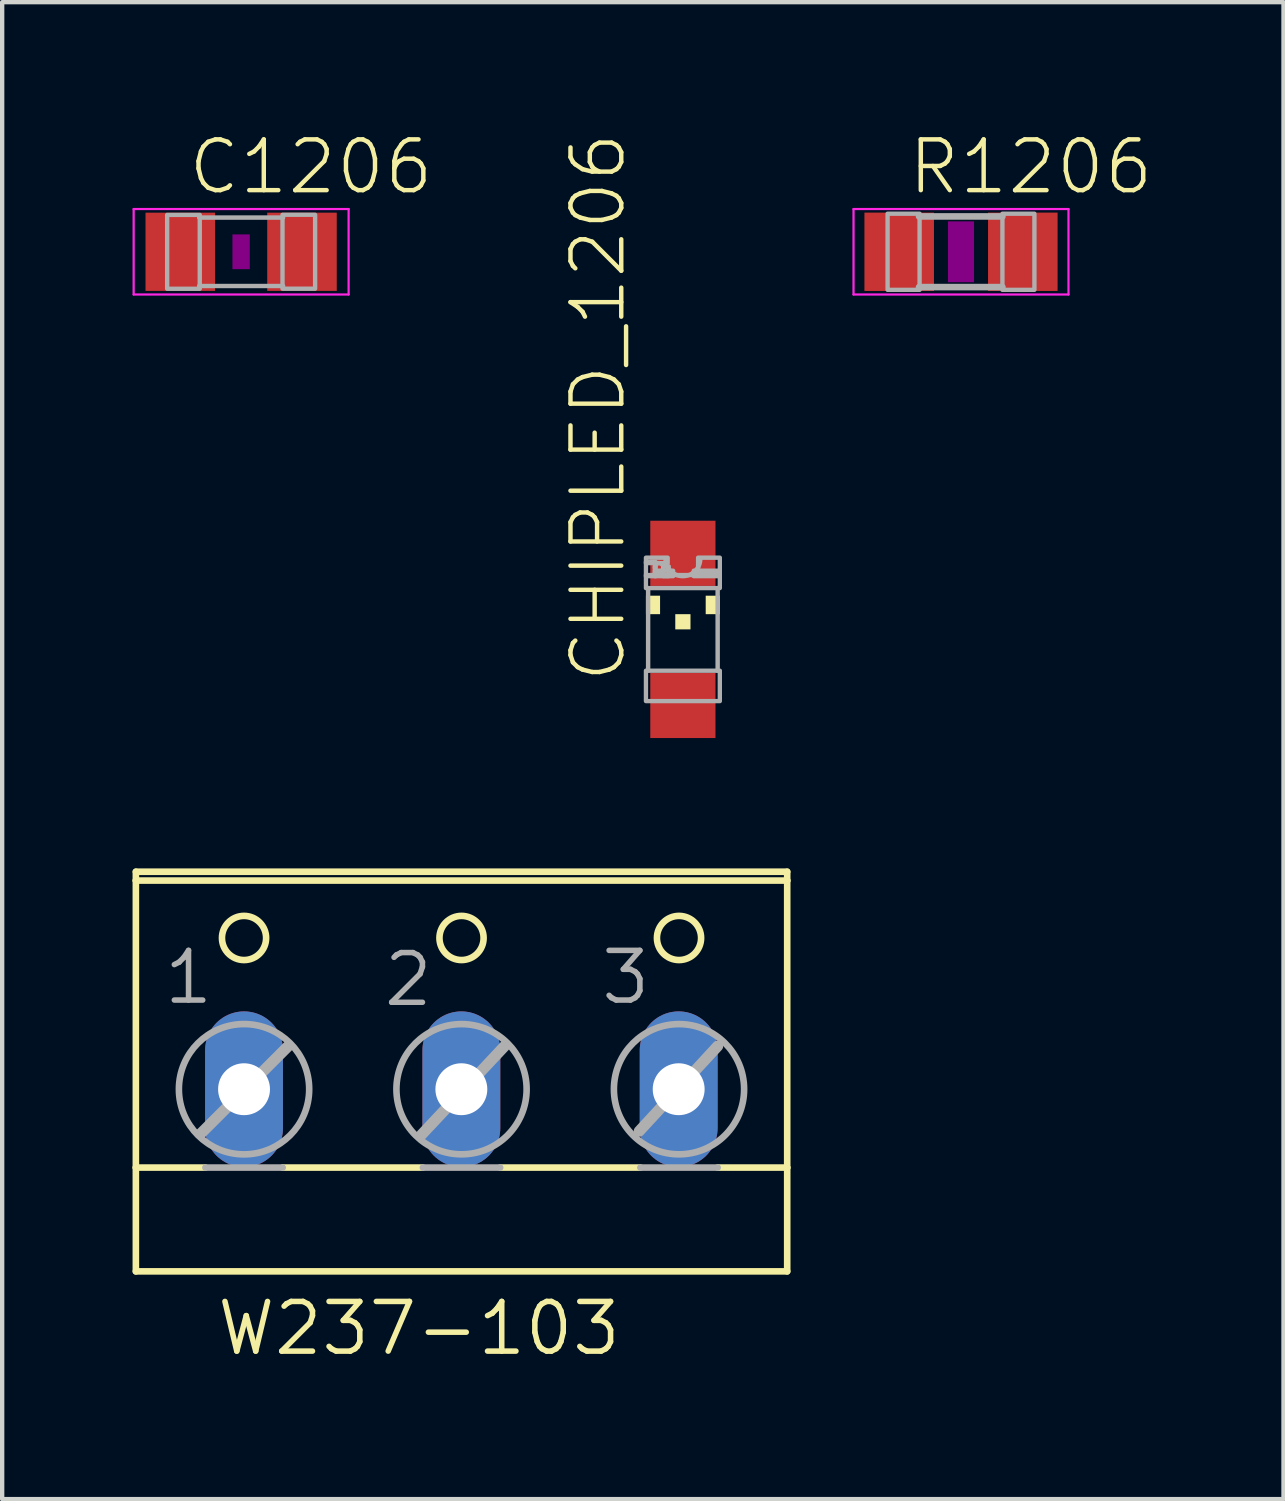
<source format=kicad_pcb>
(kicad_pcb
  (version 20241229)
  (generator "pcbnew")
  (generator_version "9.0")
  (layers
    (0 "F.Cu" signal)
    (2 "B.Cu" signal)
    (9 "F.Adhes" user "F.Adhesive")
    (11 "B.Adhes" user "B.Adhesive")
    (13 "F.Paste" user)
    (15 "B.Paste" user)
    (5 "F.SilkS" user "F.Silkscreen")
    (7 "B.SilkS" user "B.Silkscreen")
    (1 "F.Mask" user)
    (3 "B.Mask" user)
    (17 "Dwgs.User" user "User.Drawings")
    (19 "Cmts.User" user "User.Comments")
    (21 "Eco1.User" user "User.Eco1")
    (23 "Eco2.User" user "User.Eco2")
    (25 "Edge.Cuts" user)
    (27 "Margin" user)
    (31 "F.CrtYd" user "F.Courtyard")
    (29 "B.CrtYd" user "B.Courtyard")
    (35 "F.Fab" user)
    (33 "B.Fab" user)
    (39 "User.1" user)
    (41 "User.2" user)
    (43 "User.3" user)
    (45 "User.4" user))
  (footprint "R1206"
    (layer "F.Cu")
    (at 19.061 2.743)
    (property "Reference" "R1206" (at -1.27 -1.27 0) (layer "F.SilkS") (effects (font (size 1.168 1.168) (thickness 0.102)) (justify left bottom)))
    (fp_poly (pts (xy -0.3 0.7) (xy 0.3 0.7) (xy 0.3 -0.7) (xy -0.3 -0.7)) (stroke (width 0) (type solid)) (fill yes) (layer "F.Adhes"))
    (fp_line (start -2.473 -0.983) (end 2.473 -0.983) (stroke (width 0.051) (type solid)) (layer "F.CrtYd"))
    (fp_line (start -2.473 0.983) (end -2.473 -0.983) (stroke (width 0.051) (type solid)) (layer "F.CrtYd"))
    (fp_line (start 2.473 -0.983) (end 2.473 0.983) (stroke (width 0.051) (type solid)) (layer "F.CrtYd"))
    (fp_line (start 2.473 0.983) (end -2.473 0.983) (stroke (width 0.051) (type solid)) (layer "F.CrtYd"))
    (fp_line (start 0.953 -0.813) (end -0.965 -0.813) (stroke (width 0.152) (type solid)) (layer "F.Fab"))
    (fp_line (start 0.953 0.813) (end -0.965 0.813) (stroke (width 0.152) (type solid)) (layer "F.Fab"))
    (fp_poly (pts (xy -1.689 0.876) (xy -0.953 0.876) (xy -0.953 -0.876) (xy -1.689 -0.876)) (stroke (width 0.1) (type solid)) (fill no) (layer "F.Fab"))
    (fp_poly (pts (xy 0.953 0.876) (xy 1.689 0.876) (xy 1.689 -0.876) (xy 0.953 -0.876)) (stroke (width 0.1) (type solid)) (fill no) (layer "F.Fab"))
    (pad "1" smd rect (at -1.422 0) (size 1.6 1.803) (layers "F.Cu" "F.Mask" "F.Paste"))
    (pad "2" smd rect (at 1.422 0) (size 1.6 1.803) (layers "F.Cu" "F.Mask" "F.Paste")))
  (footprint "C1206"
    (layer "F.Cu")
    (at 2.498 2.743)
    (property "Reference" "C1206" (at -1.27 -1.27 0) (layer "F.SilkS") (effects (font (size 1.168 1.168) (thickness 0.102)) (justify left bottom)))
    (fp_poly (pts (xy -0.2 0.4) (xy 0.2 0.4) (xy 0.2 -0.4) (xy -0.2 -0.4)) (stroke (width 0) (type solid)) (fill yes) (layer "F.Adhes"))
    (fp_line (start -2.473 -0.983) (end 2.473 -0.983) (stroke (width 0.051) (type solid)) (layer "F.CrtYd"))
    (fp_line (start -2.473 0.983) (end -2.473 -0.983) (stroke (width 0.051) (type solid)) (layer "F.CrtYd"))
    (fp_line (start 2.473 -0.983) (end 2.473 0.983) (stroke (width 0.051) (type solid)) (layer "F.CrtYd"))
    (fp_line (start 2.473 0.983) (end -2.473 0.983) (stroke (width 0.051) (type solid)) (layer "F.CrtYd"))
    (fp_line (start -0.965 -0.787) (end 0.965 -0.787) (stroke (width 0.102) (type solid)) (layer "F.Fab"))
    (fp_line (start -0.965 0.787) (end 0.965 0.787) (stroke (width 0.102) (type solid)) (layer "F.Fab"))
    (fp_poly (pts (xy -1.702 0.851) (xy -0.952 0.851) (xy -0.952 -0.849) (xy -1.702 -0.849)) (stroke (width 0.1) (type solid)) (fill no) (layer "F.Fab"))
    (fp_poly (pts (xy 0.952 0.849) (xy 1.702 0.849) (xy 1.702 -0.851) (xy 0.952 -0.851)) (stroke (width 0.1) (type solid)) (fill no) (layer "F.Fab"))
    (pad "1" smd rect (at -1.4 0) (size 1.6 1.8) (layers "F.Cu" "F.Mask" "F.Paste"))
    (pad "2" smd rect (at 1.4 0) (size 1.6 1.8) (layers "F.Cu" "F.Mask" "F.Paste")))
  (footprint "W237-103"
    (layer "F.Cu")
    (at 7.565 20.721)
    (property "Reference" "W237-103" (at -5.686 7.462 0) (layer "F.SilkS") (effects (font (size 1.143 1.143) (thickness 0.127)) (justify left bottom)))
    (fp_line (start -7.489 -3.511) (end -7.489 -3.714) (stroke (width 0.152) (type solid)) (layer "F.SilkS"))
    (fp_line (start -7.489 3.093) (end -7.489 -3.511) (stroke (width 0.152) (type solid)) (layer "F.SilkS"))
    (fp_line (start -7.489 3.093) (end -5.889 3.093) (stroke (width 0.152) (type solid)) (layer "F.SilkS"))
    (fp_line (start -7.489 5.481) (end -7.489 3.093) (stroke (width 0.152) (type solid)) (layer "F.SilkS"))
    (fp_line (start -7.489 5.481) (end 7.497 5.481) (stroke (width 0.152) (type solid)) (layer "F.SilkS"))
    (fp_line (start -4.111 3.093) (end -0.885 3.093) (stroke (width 0.152) (type solid)) (layer "F.SilkS"))
    (fp_line (start 0.893 3.093) (end 4.119 3.093) (stroke (width 0.152) (type solid)) (layer "F.SilkS"))
    (fp_line (start 5.897 3.093) (end 7.497 3.093) (stroke (width 0.152) (type solid)) (layer "F.SilkS"))
    (fp_line (start 7.497 -3.714) (end -7.489 -3.714) (stroke (width 0.152) (type solid)) (layer "F.SilkS"))
    (fp_line (start 7.497 -3.714) (end 7.497 -3.511) (stroke (width 0.152) (type solid)) (layer "F.SilkS"))
    (fp_line (start 7.497 -3.511) (end -7.489 -3.511) (stroke (width 0.152) (type solid)) (layer "F.SilkS"))
    (fp_line (start 7.497 -3.511) (end 7.497 3.093) (stroke (width 0.152) (type solid)) (layer "F.SilkS"))
    (fp_line (start 7.497 3.093) (end 7.497 5.481) (stroke (width 0.152) (type solid)) (layer "F.SilkS"))
    (fp_circle (center -5 -2.19) (end -4.492 -2.19) (stroke (width 0.152) (type solid)) (fill no) (layer "F.SilkS"))
    (fp_circle (center 0.004 -2.19) (end 0.512 -2.19) (stroke (width 0.152) (type solid)) (fill no) (layer "F.SilkS"))
    (fp_circle (center 5.008 -2.19) (end 5.516 -2.19) (stroke (width 0.152) (type solid)) (fill no) (layer "F.SilkS"))
    (fp_line (start -5.991 2.306) (end -3.984 0.299) (stroke (width 0.254) (type solid)) (layer "F.Fab"))
    (fp_line (start -5.889 3.093) (end -4.111 3.093) (stroke (width 0.152) (type solid)) (layer "F.Fab"))
    (fp_line (start -0.911 2.331) (end 0.994 0.299) (stroke (width 0.254) (type solid)) (layer "F.Fab"))
    (fp_line (start -0.885 3.093) (end 0.893 3.093) (stroke (width 0.152) (type solid)) (layer "F.Fab"))
    (fp_line (start 4.093 2.255) (end 5.897 0.299) (stroke (width 0.254) (type solid)) (layer "F.Fab"))
    (fp_line (start 4.119 3.093) (end 5.897 3.093) (stroke (width 0.152) (type solid)) (layer "F.Fab"))
    (fp_circle (center -5 1.29) (end -3.501 1.29) (stroke (width 0.152) (type solid)) (fill no) (layer "F.Fab"))
    (fp_circle (center 0.004 1.29) (end 1.502 1.29) (stroke (width 0.152) (type solid)) (fill no) (layer "F.Fab"))
    (fp_circle (center 5.008 1.29) (end 6.506 1.29) (stroke (width 0.152) (type solid)) (fill no) (layer "F.Fab"))
    (fp_text user "1" (at -6.905 -0.615 0) (layer "F.Fab") (effects (font (size 1.143 1.143) (thickness 0.127)) (justify left bottom)))
    (fp_text user "3" (at 3.153 -0.615 0) (layer "F.Fab") (effects (font (size 1.143 1.143) (thickness 0.127)) (justify left bottom)))
    (fp_text user "2" (at -1.85 -0.564 0) (layer "F.Fab") (effects (font (size 1.143 1.143) (thickness 0.127)) (justify left bottom)))
    (pad "1" thru_hole oval (at -5 1.29 90) (size 3.581 1.791) (drill 1.194) (layers "*.Cu" "*.Mask"))
    (pad "2" thru_hole oval (at 0 1.29 90) (size 3.581 1.791) (drill 1.194) (layers "*.Cu" "*.Mask"))
    (pad "3" thru_hole oval (at 5 1.29 90) (size 3.581 1.791) (drill 1.194) (layers "*.Cu" "*.Mask")))
  (footprint "CHIPLED_1206"
    (layer "F.Cu")
    (at 12.662 11.431)
    (property "Reference" "CHIPLED_1206" (at -1.27 1.27 90) (layer "F.SilkS") (effects (font (size 1.168 1.168) (thickness 0.102)) (justify left bottom)))
    (fp_poly (pts (xy -0.85 -0.35) (xy -0.525 -0.35) (xy -0.525 -0.775) (xy -0.85 -0.775)) (stroke (width 0) (type solid)) (fill yes) (layer "F.SilkS"))
    (fp_poly (pts (xy -0.175 0) (xy 0.175 0) (xy 0.175 -0.35) (xy -0.175 -0.35)) (stroke (width 0) (type solid)) (fill yes) (layer "F.SilkS"))
    (fp_poly (pts (xy 0.525 -0.35) (xy 0.85 -0.35) (xy 0.85 -0.775) (xy 0.525 -0.775)) (stroke (width 0) (type solid)) (fill yes) (layer "F.SilkS"))
    (fp_line (start -0.8 0.95) (end -0.8 -0.95) (stroke (width 0.102) (type solid)) (layer "F.Fab"))
    (fp_line (start 0.8 -0.95) (end 0.8 0.95) (stroke (width 0.102) (type solid)) (layer "F.Fab"))
    (fp_arc (start 0.4 -1.599998) (mid -0.000001 -1.224968) (end -0.4 -1.6) (stroke (width 0.1016) (type solid)) (layer "F.Fab"))
    (fp_circle (center -0.55 -1.425) (end -0.45 -1.425) (stroke (width 0.102) (type solid)) (fill no) (layer "F.Fab"))
    (fp_poly (pts (xy -0.85 -1.525) (xy -0.35 -1.525) (xy -0.35 -1.65) (xy -0.85 -1.65)) (stroke (width 0.1) (type solid)) (fill no) (layer "F.Fab"))
    (fp_poly (pts (xy -0.85 -1.225) (xy -0.625 -1.225) (xy -0.625 -1.55) (xy -0.85 -1.55)) (stroke (width 0.1) (type solid)) (fill no) (layer "F.Fab"))
    (fp_poly (pts (xy -0.85 -0.95) (xy 0.85 -0.95) (xy 0.85 -1.25) (xy -0.85 -1.25)) (stroke (width 0.1) (type solid)) (fill no) (layer "F.Fab"))
    (fp_poly (pts (xy -0.85 1.65) (xy 0.85 1.65) (xy 0.85 0.95) (xy -0.85 0.95)) (stroke (width 0.1) (type solid)) (fill no) (layer "F.Fab"))
    (fp_poly (pts (xy -0.65 -1.225) (xy -0.225 -1.225) (xy -0.225 -1.35) (xy -0.65 -1.35)) (stroke (width 0.1) (type solid)) (fill no) (layer "F.Fab"))
    (fp_poly (pts (xy -0.45 -1.225) (xy -0.325 -1.225) (xy -0.325 -1.45) (xy -0.45 -1.45)) (stroke (width 0.1) (type solid)) (fill no) (layer "F.Fab"))
    (fp_poly (pts (xy 0.25 -1.225) (xy 0.85 -1.225) (xy 0.85 -1.35) (xy 0.25 -1.35)) (stroke (width 0.1) (type solid)) (fill no) (layer "F.Fab"))
    (fp_poly (pts (xy 0.35 -1.3) (xy 0.85 -1.3) (xy 0.85 -1.65) (xy 0.35 -1.65)) (stroke (width 0.1) (type solid)) (fill no) (layer "F.Fab"))
    (pad "A" smd rect (at 0 1.75) (size 1.5 1.5) (layers "F.Cu" "F.Mask" "F.Paste"))
    (pad "C" smd rect (at 0 -1.75) (size 1.5 1.5) (layers "F.Cu" "F.Mask" "F.Paste")))
  (gr_rect
    (start -3 -3)
    (end 26.481 31.442)
    (stroke (width 0.1) (type default))
    (fill no)
    (layer "Edge.Cuts")))
</source>
